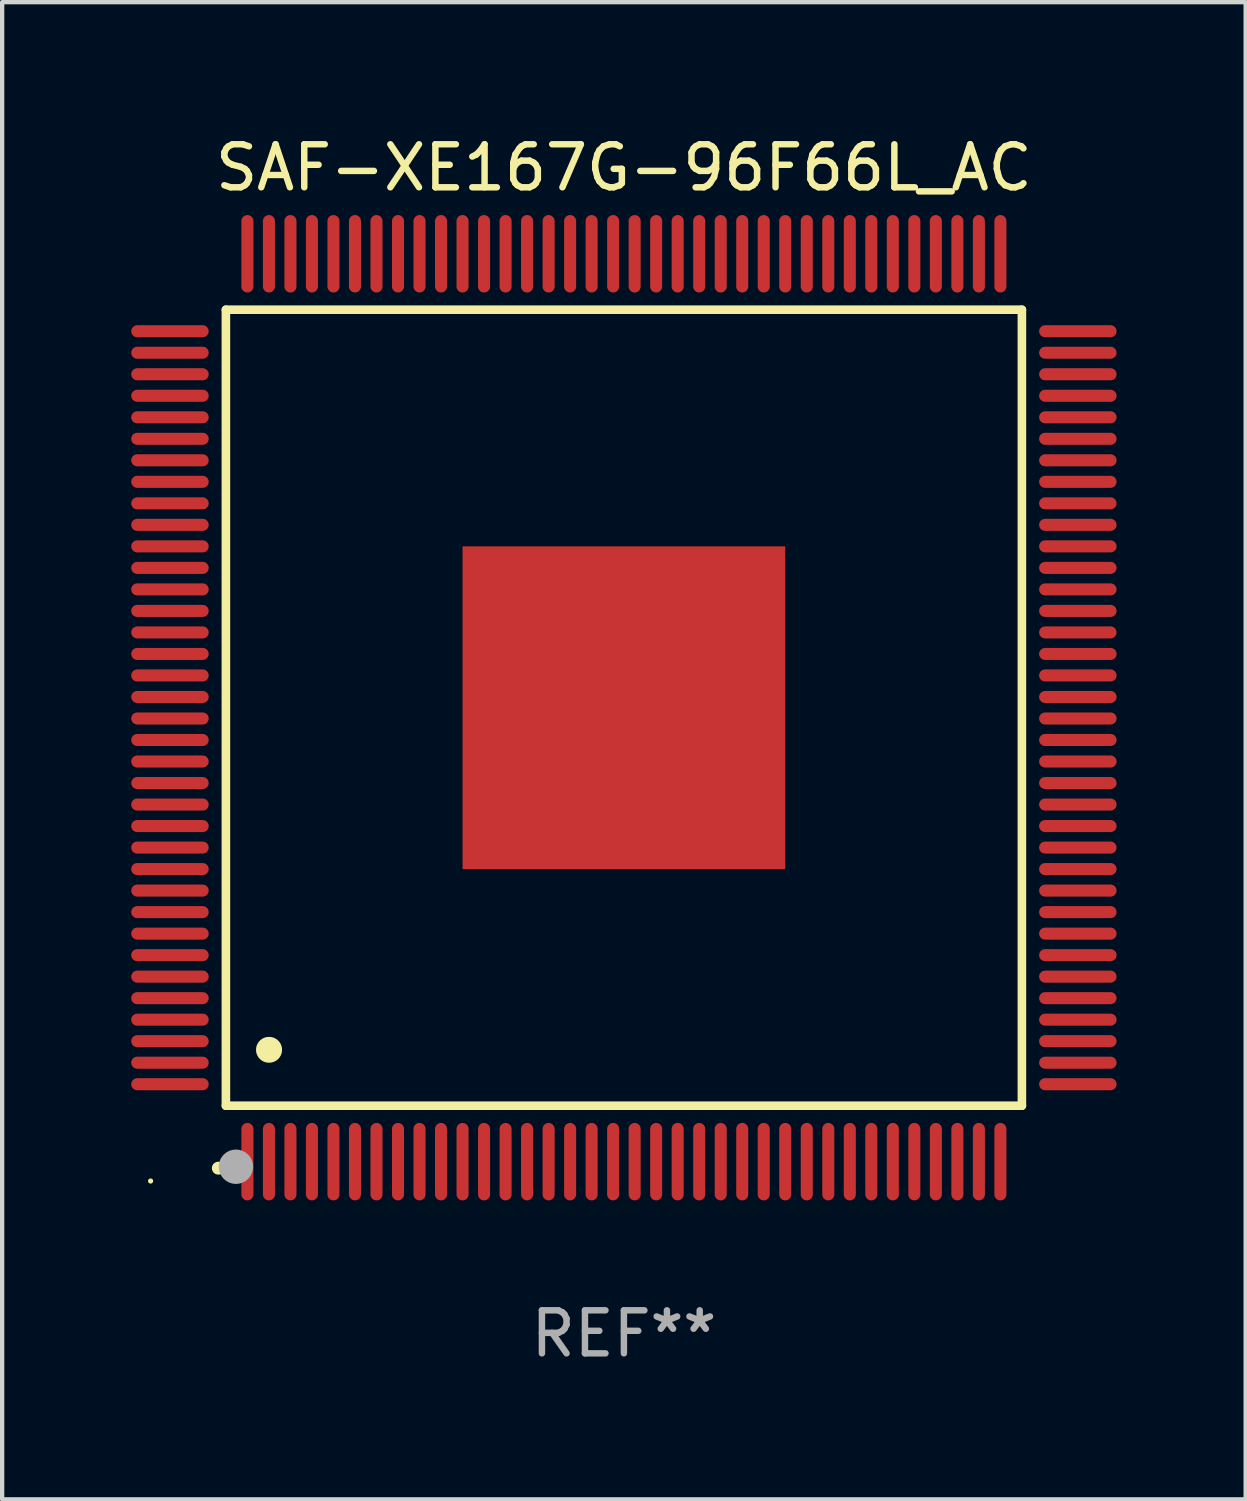
<source format=kicad_pcb>
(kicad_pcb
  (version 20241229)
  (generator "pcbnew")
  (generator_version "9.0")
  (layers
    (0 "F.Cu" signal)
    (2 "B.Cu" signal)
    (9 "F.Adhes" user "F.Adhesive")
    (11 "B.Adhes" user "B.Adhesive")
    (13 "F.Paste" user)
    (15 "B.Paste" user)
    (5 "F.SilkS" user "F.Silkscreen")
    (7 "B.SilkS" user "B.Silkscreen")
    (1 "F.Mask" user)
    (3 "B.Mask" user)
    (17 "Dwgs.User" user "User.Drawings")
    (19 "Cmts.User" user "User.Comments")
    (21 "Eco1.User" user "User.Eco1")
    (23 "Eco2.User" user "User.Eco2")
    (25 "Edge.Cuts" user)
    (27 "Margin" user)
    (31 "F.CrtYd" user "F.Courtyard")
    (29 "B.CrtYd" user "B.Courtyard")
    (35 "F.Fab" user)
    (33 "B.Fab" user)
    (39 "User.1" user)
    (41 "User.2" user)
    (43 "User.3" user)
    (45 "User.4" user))
  (footprint "SAF-XE167G-96F66L_AC"
    (layer "F.Cu")
    (at 11.45 13.398)
    (property "Reference" "SAF-XE167G-96F66L_AC" (at 0 -12.55 0) (layer "F.SilkS") (effects (font (size 1 1) (thickness 0.15))))
    (attr through_hole)
    (fp_line (start -9.25 -9.25) (end 9.25 -9.25) (stroke (width 0.2) (type solid)) (layer "F.SilkS"))
    (fp_line (start -9.25 9.25) (end -9.25 -9.25) (stroke (width 0.2) (type solid)) (layer "F.SilkS"))
    (fp_line (start 9.25 -9.25) (end 9.25 9.25) (stroke (width 0.2) (type solid)) (layer "F.SilkS"))
    (fp_line (start 9.25 9.25) (end -9.25 9.25) (stroke (width 0.2) (type solid)) (layer "F.SilkS"))
    (fp_arc (start -9.425959 10.701041) (mid -9.424689 10.701036) (end -9.423419 10.701041) (stroke (width 0.3) (type solid)) (layer "F.SilkS"))
    (fp_arc (start -8.249936 7.950216) (mid -8.247396 7.950205) (end -8.244856 7.950216) (stroke (width 0.6) (type solid)) (layer "F.SilkS"))
    (fp_circle (center -11 11) (end -10.97 11) (stroke (width 0.06) (type solid)) (fill no) (layer "F.SilkS"))
    (fp_circle (center -9.017 10.668) (end -8.817 10.668) (stroke (width 0.4) (type solid)) (fill no) (layer "F.Fab"))
    (fp_text user "REF**" (at 0 14.55 0) (layer "F.Fab") (effects (font (size 1 1) (thickness 0.15))))
    (pad "1" smd oval (at -8.75 10.55 180) (size 0.28 1.8) (layers "F.Cu" "F.Mask" "F.Paste"))
    (pad "2" smd oval (at -8.25 10.55 180) (size 0.28 1.8) (layers "F.Cu" "F.Mask" "F.Paste"))
    (pad "3" smd oval (at -7.75 10.55 180) (size 0.28 1.8) (layers "F.Cu" "F.Mask" "F.Paste"))
    (pad "4" smd oval (at -7.25 10.55 180) (size 0.28 1.8) (layers "F.Cu" "F.Mask" "F.Paste"))
    (pad "5" smd oval (at -6.75 10.55 180) (size 0.28 1.8) (layers "F.Cu" "F.Mask" "F.Paste"))
    (pad "6" smd oval (at -6.25 10.55 180) (size 0.28 1.8) (layers "F.Cu" "F.Mask" "F.Paste"))
    (pad "7" smd oval (at -5.75 10.55 180) (size 0.28 1.8) (layers "F.Cu" "F.Mask" "F.Paste"))
    (pad "8" smd oval (at -5.25 10.55 180) (size 0.28 1.8) (layers "F.Cu" "F.Mask" "F.Paste"))
    (pad "9" smd oval (at -4.75 10.55 180) (size 0.28 1.8) (layers "F.Cu" "F.Mask" "F.Paste"))
    (pad "10" smd oval (at -4.25 10.55 180) (size 0.28 1.8) (layers "F.Cu" "F.Mask" "F.Paste"))
    (pad "11" smd oval (at -3.75 10.55 180) (size 0.28 1.8) (layers "F.Cu" "F.Mask" "F.Paste"))
    (pad "12" smd oval (at -3.25 10.55 180) (size 0.28 1.8) (layers "F.Cu" "F.Mask" "F.Paste"))
    (pad "13" smd oval (at -2.75 10.55 180) (size 0.28 1.8) (layers "F.Cu" "F.Mask" "F.Paste"))
    (pad "14" smd oval (at -2.25 10.55 180) (size 0.28 1.8) (layers "F.Cu" "F.Mask" "F.Paste"))
    (pad "15" smd oval (at -1.75 10.55 180) (size 0.28 1.8) (layers "F.Cu" "F.Mask" "F.Paste"))
    (pad "16" smd oval (at -1.25 10.55 180) (size 0.28 1.8) (layers "F.Cu" "F.Mask" "F.Paste"))
    (pad "17" smd oval (at -0.75 10.55 180) (size 0.28 1.8) (layers "F.Cu" "F.Mask" "F.Paste"))
    (pad "18" smd oval (at -0.25 10.55 180) (size 0.28 1.8) (layers "F.Cu" "F.Mask" "F.Paste"))
    (pad "19" smd oval (at 0.25 10.55 180) (size 0.28 1.8) (layers "F.Cu" "F.Mask" "F.Paste"))
    (pad "20" smd oval (at 0.75 10.55 180) (size 0.28 1.8) (layers "F.Cu" "F.Mask" "F.Paste"))
    (pad "21" smd oval (at 1.25 10.55 180) (size 0.28 1.8) (layers "F.Cu" "F.Mask" "F.Paste"))
    (pad "22" smd oval (at 1.75 10.55 180) (size 0.28 1.8) (layers "F.Cu" "F.Mask" "F.Paste"))
    (pad "23" smd oval (at 2.25 10.55 180) (size 0.28 1.8) (layers "F.Cu" "F.Mask" "F.Paste"))
    (pad "24" smd oval (at 2.75 10.55 180) (size 0.28 1.8) (layers "F.Cu" "F.Mask" "F.Paste"))
    (pad "25" smd oval (at 3.25 10.55 180) (size 0.28 1.8) (layers "F.Cu" "F.Mask" "F.Paste"))
    (pad "26" smd oval (at 3.75 10.55 180) (size 0.28 1.8) (layers "F.Cu" "F.Mask" "F.Paste"))
    (pad "27" smd oval (at 4.25 10.55 180) (size 0.28 1.8) (layers "F.Cu" "F.Mask" "F.Paste"))
    (pad "28" smd oval (at 4.75 10.55 180) (size 0.28 1.8) (layers "F.Cu" "F.Mask" "F.Paste"))
    (pad "29" smd oval (at 5.25 10.55 180) (size 0.28 1.8) (layers "F.Cu" "F.Mask" "F.Paste"))
    (pad "30" smd oval (at 5.75 10.55 180) (size 0.28 1.8) (layers "F.Cu" "F.Mask" "F.Paste"))
    (pad "31" smd oval (at 6.25 10.55 180) (size 0.28 1.8) (layers "F.Cu" "F.Mask" "F.Paste"))
    (pad "32" smd oval (at 6.75 10.55 180) (size 0.28 1.8) (layers "F.Cu" "F.Mask" "F.Paste"))
    (pad "33" smd oval (at 7.25 10.55 180) (size 0.28 1.8) (layers "F.Cu" "F.Mask" "F.Paste"))
    (pad "34" smd oval (at 7.75 10.55 180) (size 0.28 1.8) (layers "F.Cu" "F.Mask" "F.Paste"))
    (pad "35" smd oval (at 8.25 10.55 180) (size 0.28 1.8) (layers "F.Cu" "F.Mask" "F.Paste"))
    (pad "36" smd oval (at 8.75 10.55 180) (size 0.28 1.8) (layers "F.Cu" "F.Mask" "F.Paste"))
    (pad "37" smd oval (at 10.55 8.75 90) (size 0.28 1.8) (layers "F.Cu" "F.Mask" "F.Paste"))
    (pad "38" smd oval (at 10.55 8.25 90) (size 0.28 1.8) (layers "F.Cu" "F.Mask" "F.Paste"))
    (pad "39" smd oval (at 10.55 7.75 90) (size 0.28 1.8) (layers "F.Cu" "F.Mask" "F.Paste"))
    (pad "40" smd oval (at 10.55 7.25 90) (size 0.28 1.8) (layers "F.Cu" "F.Mask" "F.Paste"))
    (pad "41" smd oval (at 10.55 6.75 90) (size 0.28 1.8) (layers "F.Cu" "F.Mask" "F.Paste"))
    (pad "42" smd oval (at 10.55 6.25 90) (size 0.28 1.8) (layers "F.Cu" "F.Mask" "F.Paste"))
    (pad "43" smd oval (at 10.55 5.75 90) (size 0.28 1.8) (layers "F.Cu" "F.Mask" "F.Paste"))
    (pad "44" smd oval (at 10.55 5.25 90) (size 0.28 1.8) (layers "F.Cu" "F.Mask" "F.Paste"))
    (pad "45" smd oval (at 10.55 4.75 90) (size 0.28 1.8) (layers "F.Cu" "F.Mask" "F.Paste"))
    (pad "46" smd oval (at 10.55 4.25 90) (size 0.28 1.8) (layers "F.Cu" "F.Mask" "F.Paste"))
    (pad "47" smd oval (at 10.55 3.75 90) (size 0.28 1.8) (layers "F.Cu" "F.Mask" "F.Paste"))
    (pad "48" smd oval (at 10.55 3.25 90) (size 0.28 1.8) (layers "F.Cu" "F.Mask" "F.Paste"))
    (pad "49" smd oval (at 10.55 2.75 90) (size 0.28 1.8) (layers "F.Cu" "F.Mask" "F.Paste"))
    (pad "50" smd oval (at 10.55 2.25 90) (size 0.28 1.8) (layers "F.Cu" "F.Mask" "F.Paste"))
    (pad "51" smd oval (at 10.55 1.75 90) (size 0.28 1.8) (layers "F.Cu" "F.Mask" "F.Paste"))
    (pad "52" smd oval (at 10.55 1.25 90) (size 0.28 1.8) (layers "F.Cu" "F.Mask" "F.Paste"))
    (pad "53" smd oval (at 10.55 0.75 90) (size 0.28 1.8) (layers "F.Cu" "F.Mask" "F.Paste"))
    (pad "54" smd oval (at 10.55 0.25 90) (size 0.28 1.8) (layers "F.Cu" "F.Mask" "F.Paste"))
    (pad "55" smd oval (at 10.55 -0.25 90) (size 0.28 1.8) (layers "F.Cu" "F.Mask" "F.Paste"))
    (pad "56" smd oval (at 10.55 -0.75 90) (size 0.28 1.8) (layers "F.Cu" "F.Mask" "F.Paste"))
    (pad "57" smd oval (at 10.55 -1.25 90) (size 0.28 1.8) (layers "F.Cu" "F.Mask" "F.Paste"))
    (pad "58" smd oval (at 10.55 -1.75 90) (size 0.28 1.8) (layers "F.Cu" "F.Mask" "F.Paste"))
    (pad "59" smd oval (at 10.55 -2.25 90) (size 0.28 1.8) (layers "F.Cu" "F.Mask" "F.Paste"))
    (pad "60" smd oval (at 10.55 -2.75 90) (size 0.28 1.8) (layers "F.Cu" "F.Mask" "F.Paste"))
    (pad "61" smd oval (at 10.55 -3.25 90) (size 0.28 1.8) (layers "F.Cu" "F.Mask" "F.Paste"))
    (pad "62" smd oval (at 10.55 -3.75 90) (size 0.28 1.8) (layers "F.Cu" "F.Mask" "F.Paste"))
    (pad "63" smd oval (at 10.55 -4.25 90) (size 0.28 1.8) (layers "F.Cu" "F.Mask" "F.Paste"))
    (pad "64" smd oval (at 10.55 -4.75 90) (size 0.28 1.8) (layers "F.Cu" "F.Mask" "F.Paste"))
    (pad "65" smd oval (at 10.55 -5.25 90) (size 0.28 1.8) (layers "F.Cu" "F.Mask" "F.Paste"))
    (pad "66" smd oval (at 10.55 -5.75 90) (size 0.28 1.8) (layers "F.Cu" "F.Mask" "F.Paste"))
    (pad "67" smd oval (at 10.55 -6.25 90) (size 0.28 1.8) (layers "F.Cu" "F.Mask" "F.Paste"))
    (pad "68" smd oval (at 10.55 -6.75 90) (size 0.28 1.8) (layers "F.Cu" "F.Mask" "F.Paste"))
    (pad "69" smd oval (at 10.55 -7.25 90) (size 0.28 1.8) (layers "F.Cu" "F.Mask" "F.Paste"))
    (pad "70" smd oval (at 10.55 -7.75 90) (size 0.28 1.8) (layers "F.Cu" "F.Mask" "F.Paste"))
    (pad "71" smd oval (at 10.55 -8.25 90) (size 0.28 1.8) (layers "F.Cu" "F.Mask" "F.Paste"))
    (pad "72" smd oval (at 10.55 -8.75 90) (size 0.28 1.8) (layers "F.Cu" "F.Mask" "F.Paste"))
    (pad "73" smd oval (at 8.75 -10.55 180) (size 0.28 1.8) (layers "F.Cu" "F.Mask" "F.Paste"))
    (pad "74" smd oval (at 8.25 -10.55 180) (size 0.28 1.8) (layers "F.Cu" "F.Mask" "F.Paste"))
    (pad "75" smd oval (at 7.75 -10.55 180) (size 0.28 1.8) (layers "F.Cu" "F.Mask" "F.Paste"))
    (pad "76" smd oval (at 7.25 -10.55 180) (size 0.28 1.8) (layers "F.Cu" "F.Mask" "F.Paste"))
    (pad "77" smd oval (at 6.75 -10.55 180) (size 0.28 1.8) (layers "F.Cu" "F.Mask" "F.Paste"))
    (pad "78" smd oval (at 6.25 -10.55 180) (size 0.28 1.8) (layers "F.Cu" "F.Mask" "F.Paste"))
    (pad "79" smd oval (at 5.75 -10.55 180) (size 0.28 1.8) (layers "F.Cu" "F.Mask" "F.Paste"))
    (pad "80" smd oval (at 5.25 -10.55 180) (size 0.28 1.8) (layers "F.Cu" "F.Mask" "F.Paste"))
    (pad "81" smd oval (at 4.75 -10.55 180) (size 0.28 1.8) (layers "F.Cu" "F.Mask" "F.Paste"))
    (pad "82" smd oval (at 4.25 -10.55 180) (size 0.28 1.8) (layers "F.Cu" "F.Mask" "F.Paste"))
    (pad "83" smd oval (at 3.75 -10.55 180) (size 0.28 1.8) (layers "F.Cu" "F.Mask" "F.Paste"))
    (pad "84" smd oval (at 3.25 -10.55 180) (size 0.28 1.8) (layers "F.Cu" "F.Mask" "F.Paste"))
    (pad "85" smd oval (at 2.75 -10.55 180) (size 0.28 1.8) (layers "F.Cu" "F.Mask" "F.Paste"))
    (pad "86" smd oval (at 2.25 -10.55 180) (size 0.28 1.8) (layers "F.Cu" "F.Mask" "F.Paste"))
    (pad "87" smd oval (at 1.75 -10.55 180) (size 0.28 1.8) (layers "F.Cu" "F.Mask" "F.Paste"))
    (pad "88" smd oval (at 1.25 -10.55 180) (size 0.28 1.8) (layers "F.Cu" "F.Mask" "F.Paste"))
    (pad "89" smd oval (at 0.75 -10.55 180) (size 0.28 1.8) (layers "F.Cu" "F.Mask" "F.Paste"))
    (pad "90" smd oval (at 0.25 -10.55 180) (size 0.28 1.8) (layers "F.Cu" "F.Mask" "F.Paste"))
    (pad "91" smd oval (at -0.25 -10.55 180) (size 0.28 1.8) (layers "F.Cu" "F.Mask" "F.Paste"))
    (pad "92" smd oval (at -0.75 -10.55 180) (size 0.28 1.8) (layers "F.Cu" "F.Mask" "F.Paste"))
    (pad "93" smd oval (at -1.25 -10.55 180) (size 0.28 1.8) (layers "F.Cu" "F.Mask" "F.Paste"))
    (pad "94" smd oval (at -1.75 -10.55 180) (size 0.28 1.8) (layers "F.Cu" "F.Mask" "F.Paste"))
    (pad "95" smd oval (at -2.25 -10.55 180) (size 0.28 1.8) (layers "F.Cu" "F.Mask" "F.Paste"))
    (pad "96" smd oval (at -2.75 -10.55 180) (size 0.28 1.8) (layers "F.Cu" "F.Mask" "F.Paste"))
    (pad "97" smd oval (at -3.25 -10.55 180) (size 0.28 1.8) (layers "F.Cu" "F.Mask" "F.Paste"))
    (pad "98" smd oval (at -3.75 -10.55 180) (size 0.28 1.8) (layers "F.Cu" "F.Mask" "F.Paste"))
    (pad "99" smd oval (at -4.25 -10.55 180) (size 0.28 1.8) (layers "F.Cu" "F.Mask" "F.Paste"))
    (pad "100" smd oval (at -4.75 -10.55 180) (size 0.28 1.8) (layers "F.Cu" "F.Mask" "F.Paste"))
    (pad "101" smd oval (at -5.25 -10.55 180) (size 0.28 1.8) (layers "F.Cu" "F.Mask" "F.Paste"))
    (pad "102" smd oval (at -5.75 -10.55 180) (size 0.28 1.8) (layers "F.Cu" "F.Mask" "F.Paste"))
    (pad "103" smd oval (at -6.25 -10.55 180) (size 0.28 1.8) (layers "F.Cu" "F.Mask" "F.Paste"))
    (pad "104" smd oval (at -6.75 -10.55 180) (size 0.28 1.8) (layers "F.Cu" "F.Mask" "F.Paste"))
    (pad "105" smd oval (at -7.25 -10.55 180) (size 0.28 1.8) (layers "F.Cu" "F.Mask" "F.Paste"))
    (pad "106" smd oval (at -7.75 -10.55 180) (size 0.28 1.8) (layers "F.Cu" "F.Mask" "F.Paste"))
    (pad "107" smd oval (at -8.25 -10.55 180) (size 0.28 1.8) (layers "F.Cu" "F.Mask" "F.Paste"))
    (pad "108" smd oval (at -8.75 -10.55 180) (size 0.28 1.8) (layers "F.Cu" "F.Mask" "F.Paste"))
    (pad "109" smd oval (at -10.55 -8.75 90) (size 0.28 1.8) (layers "F.Cu" "F.Mask" "F.Paste"))
    (pad "110" smd oval (at -10.55 -8.25 90) (size 0.28 1.8) (layers "F.Cu" "F.Mask" "F.Paste"))
    (pad "111" smd oval (at -10.55 -7.75 90) (size 0.28 1.8) (layers "F.Cu" "F.Mask" "F.Paste"))
    (pad "112" smd oval (at -10.55 -7.25 90) (size 0.28 1.8) (layers "F.Cu" "F.Mask" "F.Paste"))
    (pad "113" smd oval (at -10.55 -6.75 90) (size 0.28 1.8) (layers "F.Cu" "F.Mask" "F.Paste"))
    (pad "114" smd oval (at -10.55 -6.25 90) (size 0.28 1.8) (layers "F.Cu" "F.Mask" "F.Paste"))
    (pad "115" smd oval (at -10.55 -5.75 90) (size 0.28 1.8) (layers "F.Cu" "F.Mask" "F.Paste"))
    (pad "116" smd oval (at -10.55 -5.25 90) (size 0.28 1.8) (layers "F.Cu" "F.Mask" "F.Paste"))
    (pad "117" smd oval (at -10.55 -4.75 90) (size 0.28 1.8) (layers "F.Cu" "F.Mask" "F.Paste"))
    (pad "118" smd oval (at -10.55 -4.25 90) (size 0.28 1.8) (layers "F.Cu" "F.Mask" "F.Paste"))
    (pad "119" smd oval (at -10.55 -3.75 90) (size 0.28 1.8) (layers "F.Cu" "F.Mask" "F.Paste"))
    (pad "120" smd oval (at -10.55 -3.25 90) (size 0.28 1.8) (layers "F.Cu" "F.Mask" "F.Paste"))
    (pad "121" smd oval (at -10.55 -2.75 90) (size 0.28 1.8) (layers "F.Cu" "F.Mask" "F.Paste"))
    (pad "122" smd oval (at -10.55 -2.25 90) (size 0.28 1.8) (layers "F.Cu" "F.Mask" "F.Paste"))
    (pad "123" smd oval (at -10.55 -1.75 90) (size 0.28 1.8) (layers "F.Cu" "F.Mask" "F.Paste"))
    (pad "124" smd oval (at -10.55 -1.25 90) (size 0.28 1.8) (layers "F.Cu" "F.Mask" "F.Paste"))
    (pad "125" smd oval (at -10.55 -0.75 90) (size 0.28 1.8) (layers "F.Cu" "F.Mask" "F.Paste"))
    (pad "126" smd oval (at -10.55 -0.25 90) (size 0.28 1.8) (layers "F.Cu" "F.Mask" "F.Paste"))
    (pad "127" smd oval (at -10.55 0.25 90) (size 0.28 1.8) (layers "F.Cu" "F.Mask" "F.Paste"))
    (pad "128" smd oval (at -10.55 0.75 90) (size 0.28 1.8) (layers "F.Cu" "F.Mask" "F.Paste"))
    (pad "129" smd oval (at -10.55 1.25 90) (size 0.28 1.8) (layers "F.Cu" "F.Mask" "F.Paste"))
    (pad "130" smd oval (at -10.55 1.75 90) (size 0.28 1.8) (layers "F.Cu" "F.Mask" "F.Paste"))
    (pad "131" smd oval (at -10.55 2.25 90) (size 0.28 1.8) (layers "F.Cu" "F.Mask" "F.Paste"))
    (pad "132" smd oval (at -10.55 2.75 90) (size 0.28 1.8) (layers "F.Cu" "F.Mask" "F.Paste"))
    (pad "133" smd oval (at -10.55 3.25 90) (size 0.28 1.8) (layers "F.Cu" "F.Mask" "F.Paste"))
    (pad "134" smd oval (at -10.55 3.75 90) (size 0.28 1.8) (layers "F.Cu" "F.Mask" "F.Paste"))
    (pad "135" smd oval (at -10.55 4.25 90) (size 0.28 1.8) (layers "F.Cu" "F.Mask" "F.Paste"))
    (pad "136" smd oval (at -10.55 4.75 90) (size 0.28 1.8) (layers "F.Cu" "F.Mask" "F.Paste"))
    (pad "137" smd oval (at -10.55 5.25 90) (size 0.28 1.8) (layers "F.Cu" "F.Mask" "F.Paste"))
    (pad "138" smd oval (at -10.55 5.75 90) (size 0.28 1.8) (layers "F.Cu" "F.Mask" "F.Paste"))
    (pad "139" smd oval (at -10.55 6.25 90) (size 0.28 1.8) (layers "F.Cu" "F.Mask" "F.Paste"))
    (pad "140" smd oval (at -10.55 6.75 90) (size 0.28 1.8) (layers "F.Cu" "F.Mask" "F.Paste"))
    (pad "141" smd oval (at -10.55 7.25 90) (size 0.28 1.8) (layers "F.Cu" "F.Mask" "F.Paste"))
    (pad "142" smd oval (at -10.55 7.75 90) (size 0.28 1.8) (layers "F.Cu" "F.Mask" "F.Paste"))
    (pad "143" smd oval (at -10.55 8.25 90) (size 0.28 1.8) (layers "F.Cu" "F.Mask" "F.Paste"))
    (pad "144" smd oval (at -10.55 8.75 90) (size 0.28 1.8) (layers "F.Cu" "F.Mask" "F.Paste"))
    (pad "145" smd rect (at 0 0 90) (size 7.5 7.5) (layers "F.Cu" "F.Mask" "F.Paste")))
  (gr_rect
    (start -3 -3)
    (end 25.9 31.796)
    (stroke (width 0.1) (type default))
    (fill no)
    (layer "Edge.Cuts")))
</source>
